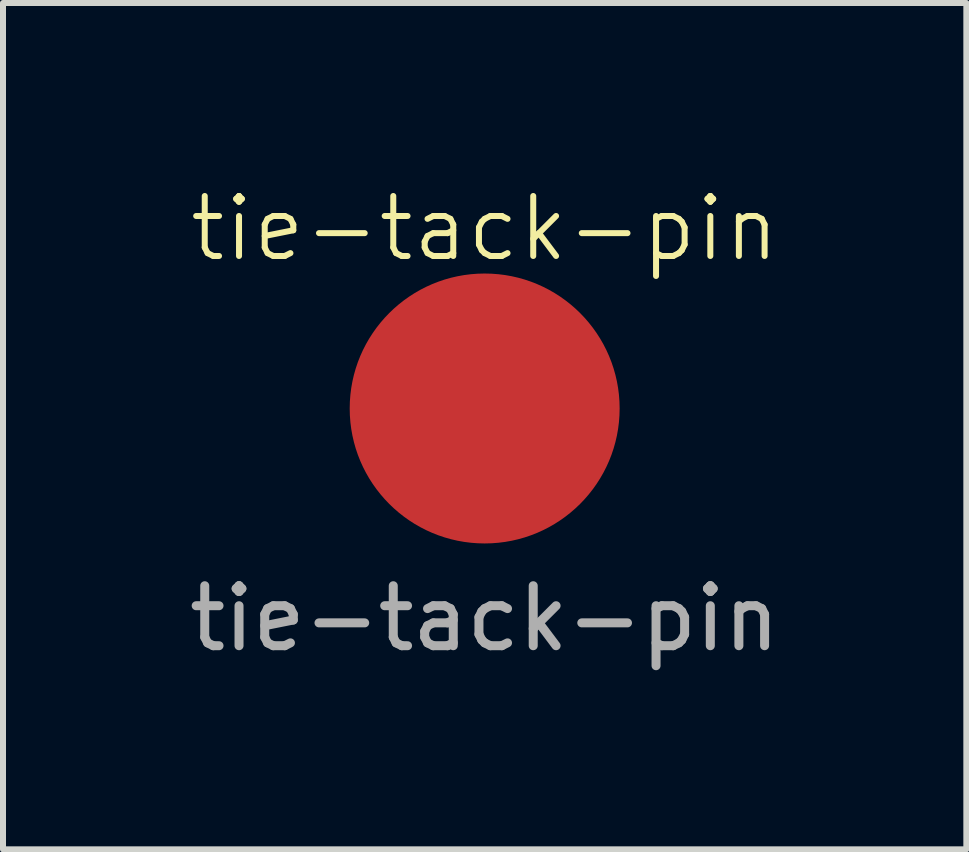
<source format=kicad_pcb>
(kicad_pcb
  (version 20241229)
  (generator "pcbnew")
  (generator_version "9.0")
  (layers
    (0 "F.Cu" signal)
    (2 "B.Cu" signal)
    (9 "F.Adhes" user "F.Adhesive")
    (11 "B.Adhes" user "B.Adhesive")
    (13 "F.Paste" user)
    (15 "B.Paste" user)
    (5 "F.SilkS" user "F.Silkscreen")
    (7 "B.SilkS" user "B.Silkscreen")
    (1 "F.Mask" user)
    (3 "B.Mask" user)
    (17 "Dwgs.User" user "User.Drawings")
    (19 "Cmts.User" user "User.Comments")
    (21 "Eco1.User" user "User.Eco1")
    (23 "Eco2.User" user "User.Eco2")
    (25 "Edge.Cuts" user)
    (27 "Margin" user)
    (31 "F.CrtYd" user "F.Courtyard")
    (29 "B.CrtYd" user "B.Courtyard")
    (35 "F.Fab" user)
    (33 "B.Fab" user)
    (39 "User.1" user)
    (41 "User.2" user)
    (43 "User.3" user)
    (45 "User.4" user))
  (footprint "tie-tack-pin"
    (layer "F.Cu")
    (at 5.03 3.76)
    (property "Reference" "tie-tack-pin" (at 0 -3 0) (unlocked yes) (layer "F.SilkS") (effects (font (size 1 1) (thickness 0.1))))
    (attr smd)
    (fp_text user "${REFERENCE}" (at 0 3.5 0) (unlocked yes) (layer "F.Fab") (effects (font (size 1 1) (thickness 0.15))))
    (pad "1" smd circle (at 0 0) (size 4.5 4.5) (layers "F.Cu" "F.Mask" "F.Paste")))
  (gr_rect
    (start -3 -3)
    (end 13.06 11.109)
    (stroke (width 0.1) (type default))
    (fill no)
    (layer "Edge.Cuts")))
</source>
